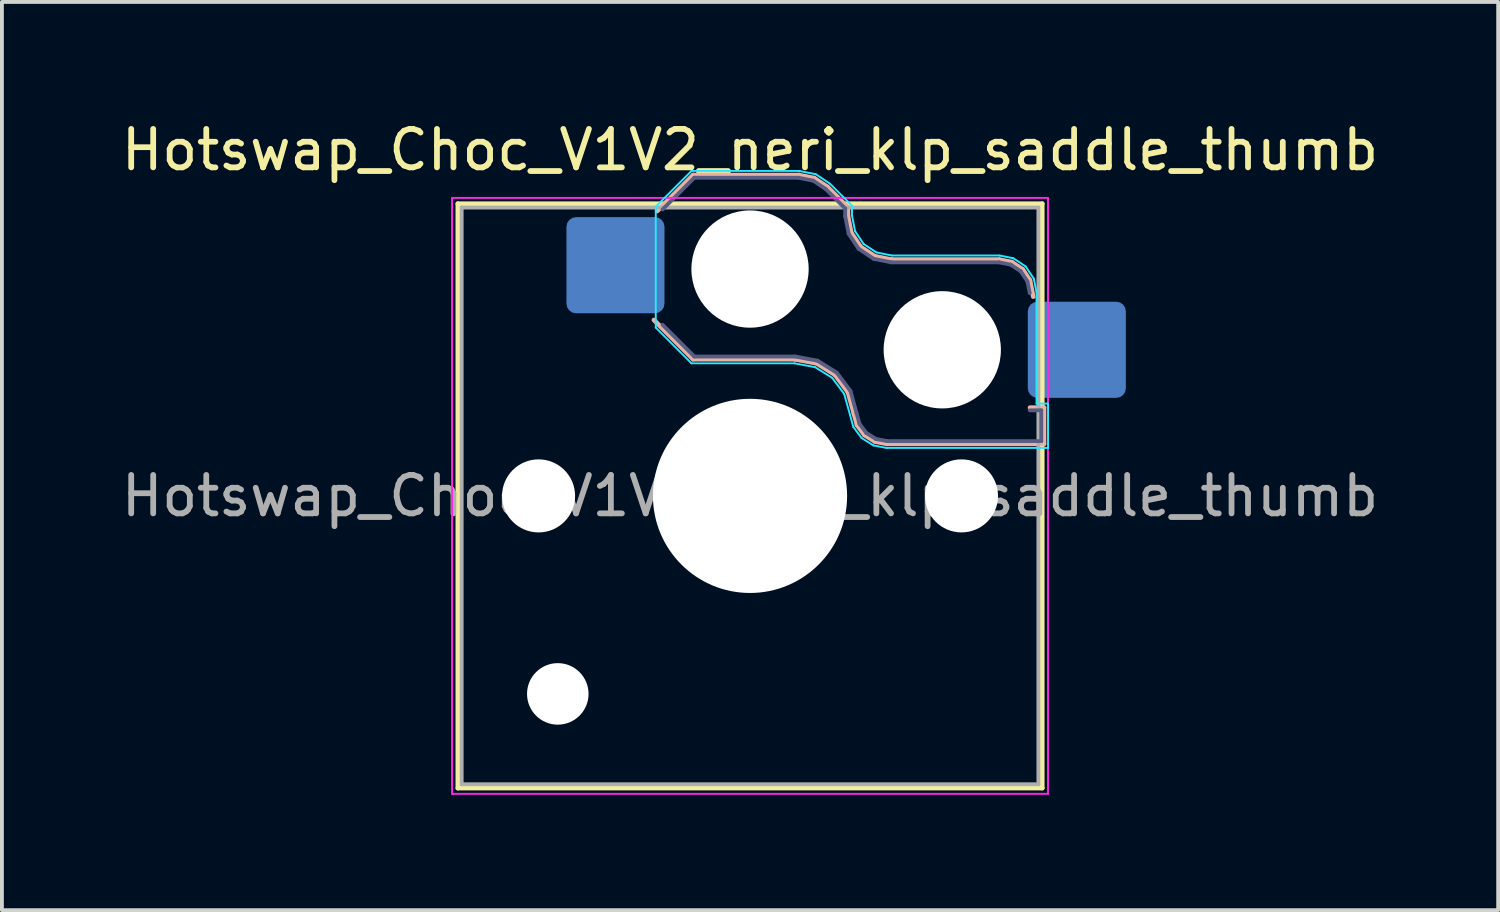
<source format=kicad_pcb>
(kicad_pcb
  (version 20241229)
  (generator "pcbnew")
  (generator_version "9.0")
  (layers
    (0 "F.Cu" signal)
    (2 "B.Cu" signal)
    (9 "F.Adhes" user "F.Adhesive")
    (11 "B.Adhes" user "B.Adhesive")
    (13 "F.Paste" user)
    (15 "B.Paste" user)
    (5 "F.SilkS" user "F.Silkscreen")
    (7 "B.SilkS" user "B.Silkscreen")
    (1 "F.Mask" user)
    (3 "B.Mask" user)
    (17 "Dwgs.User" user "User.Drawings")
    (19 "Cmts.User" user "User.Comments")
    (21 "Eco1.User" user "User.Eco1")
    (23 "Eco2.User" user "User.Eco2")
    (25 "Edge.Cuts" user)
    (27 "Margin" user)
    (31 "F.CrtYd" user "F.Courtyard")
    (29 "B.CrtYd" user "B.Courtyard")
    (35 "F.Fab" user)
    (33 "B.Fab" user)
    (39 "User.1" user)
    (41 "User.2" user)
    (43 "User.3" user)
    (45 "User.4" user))
  (footprint "Hotswap_Choc_V1V2_neri_klp_saddle_thumb"
    (layer "F.Cu")
    (at 16.458 9.848)
    (property "Reference" "Hotswap_Choc_V1V2_neri_klp_saddle_thumb" (at 0 -9 0) (layer "F.SilkS") (effects (font (size 1 1) (thickness 0.15))))
    (attr smd)
    (fp_line (start -7.6 -7.6) (end -7.6 7.6) (stroke (width 0.12) (type solid)) (layer "F.SilkS"))
    (fp_line (start -7.6 7.6) (end 7.6 7.6) (stroke (width 0.12) (type solid)) (layer "F.SilkS"))
    (fp_line (start 7.6 -7.6) (end -7.6 -7.6) (stroke (width 0.12) (type solid)) (layer "F.SilkS"))
    (fp_line (start 7.6 7.6) (end 7.6 -7.6) (stroke (width 0.12) (type solid)) (layer "F.SilkS"))
    (fp_line (start -2.416 -7.409) (end -1.479 -8.346) (stroke (width 0.12) (type solid)) (layer "B.SilkS"))
    (fp_line (start -1.479 -8.346) (end 1.268 -8.346) (stroke (width 0.12) (type solid)) (layer "B.SilkS"))
    (fp_line (start -1.479 -3.554) (end -2.5 -4.575) (stroke (width 0.12) (type solid)) (layer "B.SilkS"))
    (fp_line (start 1.168 -3.554) (end -1.479 -3.554) (stroke (width 0.12) (type solid)) (layer "B.SilkS"))
    (fp_line (start 1.268 -8.346) (end 1.671 -8.266) (stroke (width 0.12) (type solid)) (layer "B.SilkS"))
    (fp_line (start 1.671 -8.266) (end 2.013 -8.037) (stroke (width 0.12) (type solid)) (layer "B.SilkS"))
    (fp_line (start 1.73 -3.449) (end 1.168 -3.554) (stroke (width 0.12) (type solid)) (layer "B.SilkS"))
    (fp_line (start 2.013 -8.037) (end 2.546 -7.504) (stroke (width 0.12) (type solid)) (layer "B.SilkS"))
    (fp_line (start 2.209 -3.15) (end 1.73 -3.449) (stroke (width 0.12) (type solid)) (layer "B.SilkS"))
    (fp_line (start 2.546 -7.504) (end 2.546 -7.282) (stroke (width 0.12) (type solid)) (layer "B.SilkS"))
    (fp_line (start 2.546 -7.282) (end 2.633 -6.844) (stroke (width 0.12) (type solid)) (layer "B.SilkS"))
    (fp_line (start 2.547 -2.697) (end 2.209 -3.15) (stroke (width 0.12) (type solid)) (layer "B.SilkS"))
    (fp_line (start 2.633 -6.844) (end 2.877 -6.477) (stroke (width 0.12) (type solid)) (layer "B.SilkS"))
    (fp_line (start 2.701 -2.139) (end 2.547 -2.697) (stroke (width 0.12) (type solid)) (layer "B.SilkS"))
    (fp_line (start 2.783 -1.841) (end 2.701 -2.139) (stroke (width 0.12) (type solid)) (layer "B.SilkS"))
    (fp_line (start 2.877 -6.477) (end 3.244 -6.233) (stroke (width 0.12) (type solid)) (layer "B.SilkS"))
    (fp_line (start 2.976 -1.583) (end 2.783 -1.841) (stroke (width 0.12) (type solid)) (layer "B.SilkS"))
    (fp_line (start 3.244 -6.233) (end 3.682 -6.146) (stroke (width 0.12) (type solid)) (layer "B.SilkS"))
    (fp_line (start 3.25 -1.413) (end 2.976 -1.583) (stroke (width 0.12) (type solid)) (layer "B.SilkS"))
    (fp_line (start 3.56 -1.354) (end 3.25 -1.413) (stroke (width 0.12) (type solid)) (layer "B.SilkS"))
    (fp_line (start 3.682 -6.146) (end 6.482 -6.146) (stroke (width 0.12) (type solid)) (layer "B.SilkS"))
    (fp_line (start 6.482 -6.146) (end 6.809 -6.081) (stroke (width 0.12) (type solid)) (layer "B.SilkS"))
    (fp_line (start 6.809 -6.081) (end 7.092 -5.892) (stroke (width 0.12) (type solid)) (layer "B.SilkS"))
    (fp_line (start 7.092 -5.892) (end 7.281 -5.609) (stroke (width 0.12) (type solid)) (layer "B.SilkS"))
    (fp_line (start 7.281 -5.609) (end 7.366 -5.182) (stroke (width 0.12) (type solid)) (layer "B.SilkS"))
    (fp_line (start 7.283 -2.296) (end 7.646 -2.296) (stroke (width 0.12) (type solid)) (layer "B.SilkS"))
    (fp_line (start 7.646 -2.296) (end 7.646 -1.354) (stroke (width 0.12) (type solid)) (layer "B.SilkS"))
    (fp_line (start 7.646 -1.354) (end 3.56 -1.354) (stroke (width 0.12) (type solid)) (layer "B.SilkS"))
    (fp_line (start -7.25 -7.25) (end -7.25 7.25) (stroke (width 0.1) (type solid)) (layer "Eco1.User"))
    (fp_line (start -7.25 7.25) (end 7.25 7.25) (stroke (width 0.1) (type solid)) (layer "Eco1.User"))
    (fp_line (start 7.25 -7.25) (end -7.25 -7.25) (stroke (width 0.1) (type solid)) (layer "Eco1.User"))
    (fp_line (start 7.25 7.25) (end 7.25 -7.25) (stroke (width 0.1) (type solid)) (layer "Eco1.User"))
    (fp_line (start -2.452 -7.523) (end -1.523 -8.452) (stroke (width 0.05) (type solid)) (layer "B.CrtYd"))
    (fp_line (start -2.452 -4.377) (end -2.452 -7.523) (stroke (width 0.05) (type solid)) (layer "B.CrtYd"))
    (fp_line (start -1.523 -8.452) (end 1.278 -8.452) (stroke (width 0.05) (type solid)) (layer "B.CrtYd"))
    (fp_line (start -1.523 -3.448) (end -2.452 -4.377) (stroke (width 0.05) (type solid)) (layer "B.CrtYd"))
    (fp_line (start 1.159 -3.448) (end -1.523 -3.448) (stroke (width 0.05) (type solid)) (layer "B.CrtYd"))
    (fp_line (start 1.278 -8.452) (end 1.712 -8.366) (stroke (width 0.05) (type solid)) (layer "B.CrtYd"))
    (fp_line (start 1.691 -3.348) (end 1.159 -3.448) (stroke (width 0.05) (type solid)) (layer "B.CrtYd"))
    (fp_line (start 1.712 -8.366) (end 2.081 -8.119) (stroke (width 0.05) (type solid)) (layer "B.CrtYd"))
    (fp_line (start 2.081 -8.119) (end 2.652 -7.548) (stroke (width 0.05) (type solid)) (layer "B.CrtYd"))
    (fp_line (start 2.136 -3.071) (end 1.691 -3.348) (stroke (width 0.05) (type solid)) (layer "B.CrtYd"))
    (fp_line (start 2.45 -2.65) (end 2.136 -3.071) (stroke (width 0.05) (type solid)) (layer "B.CrtYd"))
    (fp_line (start 2.599 -2.111) (end 2.45 -2.65) (stroke (width 0.05) (type solid)) (layer "B.CrtYd"))
    (fp_line (start 2.652 -7.548) (end 2.652 -7.292) (stroke (width 0.05) (type solid)) (layer "B.CrtYd"))
    (fp_line (start 2.652 -7.292) (end 2.733 -6.885) (stroke (width 0.05) (type solid)) (layer "B.CrtYd"))
    (fp_line (start 2.687 -1.794) (end 2.599 -2.111) (stroke (width 0.05) (type solid)) (layer "B.CrtYd"))
    (fp_line (start 2.733 -6.885) (end 2.953 -6.553) (stroke (width 0.05) (type solid)) (layer "B.CrtYd"))
    (fp_line (start 2.903 -1.503) (end 2.687 -1.794) (stroke (width 0.05) (type solid)) (layer "B.CrtYd"))
    (fp_line (start 2.953 -6.553) (end 3.285 -6.333) (stroke (width 0.05) (type solid)) (layer "B.CrtYd"))
    (fp_line (start 3.211 -1.312) (end 2.903 -1.503) (stroke (width 0.05) (type solid)) (layer "B.CrtYd"))
    (fp_line (start 3.285 -6.333) (end 3.692 -6.252) (stroke (width 0.05) (type solid)) (layer "B.CrtYd"))
    (fp_line (start 3.55 -1.248) (end 3.211 -1.312) (stroke (width 0.05) (type solid)) (layer "B.CrtYd"))
    (fp_line (start 3.692 -6.252) (end 6.492 -6.252) (stroke (width 0.05) (type solid)) (layer "B.CrtYd"))
    (fp_line (start 6.492 -6.252) (end 6.85 -6.181) (stroke (width 0.05) (type solid)) (layer "B.CrtYd"))
    (fp_line (start 6.85 -6.181) (end 7.168 -5.968) (stroke (width 0.05) (type solid)) (layer "B.CrtYd"))
    (fp_line (start 7.168 -5.968) (end 7.381 -5.65) (stroke (width 0.05) (type solid)) (layer "B.CrtYd"))
    (fp_line (start 7.381 -5.65) (end 7.452 -5.292) (stroke (width 0.05) (type solid)) (layer "B.CrtYd"))
    (fp_line (start 7.452 -5.292) (end 7.452 -2.402) (stroke (width 0.05) (type solid)) (layer "B.CrtYd"))
    (fp_line (start 7.452 -2.402) (end 7.752 -2.402) (stroke (width 0.05) (type solid)) (layer "B.CrtYd"))
    (fp_line (start 7.752 -2.402) (end 7.752 -1.248) (stroke (width 0.05) (type solid)) (layer "B.CrtYd"))
    (fp_line (start 7.752 -1.248) (end 3.55 -1.248) (stroke (width 0.05) (type solid)) (layer "B.CrtYd"))
    (fp_line (start -7.75 -7.75) (end -7.75 7.75) (stroke (width 0.05) (type solid)) (layer "F.CrtYd"))
    (fp_line (start -7.75 7.75) (end 7.75 7.75) (stroke (width 0.05) (type solid)) (layer "F.CrtYd"))
    (fp_line (start 7.75 -7.75) (end -7.75 -7.75) (stroke (width 0.05) (type solid)) (layer "F.CrtYd"))
    (fp_line (start 7.75 7.75) (end 7.75 -7.75) (stroke (width 0.05) (type solid)) (layer "F.CrtYd"))
    (fp_line (start -2.275 -7.45) (end -1.45 -8.275) (stroke (width 0.1) (type solid)) (layer "B.Fab"))
    (fp_line (start -1.45 -8.275) (end 1.261 -8.275) (stroke (width 0.1) (type solid)) (layer "B.Fab"))
    (fp_line (start -1.45 -3.625) (end -2.275 -4.45) (stroke (width 0.1) (type solid)) (layer "B.Fab"))
    (fp_line (start 1.175 -3.625) (end -1.45 -3.625) (stroke (width 0.1) (type solid)) (layer "B.Fab"))
    (fp_line (start 1.261 -8.275) (end 1.643 -8.199) (stroke (width 0.1) (type solid)) (layer "B.Fab"))
    (fp_line (start 1.643 -8.199) (end 1.968 -7.982) (stroke (width 0.1) (type solid)) (layer "B.Fab"))
    (fp_line (start 1.756 -3.516) (end 1.175 -3.625) (stroke (width 0.1) (type solid)) (layer "B.Fab"))
    (fp_line (start 1.968 -7.982) (end 2.475 -7.475) (stroke (width 0.1) (type solid)) (layer "B.Fab"))
    (fp_line (start 2.258 -3.203) (end 1.756 -3.516) (stroke (width 0.1) (type solid)) (layer "B.Fab"))
    (fp_line (start 2.475 -7.475) (end 2.475 -7.275) (stroke (width 0.1) (type solid)) (layer "B.Fab"))
    (fp_line (start 2.475 -7.275) (end 2.566 -6.816) (stroke (width 0.1) (type solid)) (layer "B.Fab"))
    (fp_line (start 2.566 -6.816) (end 2.826 -6.426) (stroke (width 0.1) (type solid)) (layer "B.Fab"))
    (fp_line (start 2.612 -2.729) (end 2.258 -3.203) (stroke (width 0.1) (type solid)) (layer "B.Fab"))
    (fp_line (start 2.769 -2.158) (end 2.612 -2.729) (stroke (width 0.1) (type solid)) (layer "B.Fab"))
    (fp_line (start 2.826 -6.426) (end 3.216 -6.166) (stroke (width 0.1) (type solid)) (layer "B.Fab"))
    (fp_line (start 2.848 -1.873) (end 2.769 -2.158) (stroke (width 0.1) (type solid)) (layer "B.Fab"))
    (fp_line (start 3.025 -1.636) (end 2.848 -1.873) (stroke (width 0.1) (type solid)) (layer "B.Fab"))
    (fp_line (start 3.216 -6.166) (end 3.675 -6.075) (stroke (width 0.1) (type solid)) (layer "B.Fab"))
    (fp_line (start 3.276 -1.48) (end 3.025 -1.636) (stroke (width 0.1) (type solid)) (layer "B.Fab"))
    (fp_line (start 3.567 -1.425) (end 3.276 -1.48) (stroke (width 0.1) (type solid)) (layer "B.Fab"))
    (fp_line (start 3.675 -6.075) (end 6.475 -6.075) (stroke (width 0.1) (type solid)) (layer "B.Fab"))
    (fp_line (start 6.475 -6.075) (end 6.781 -6.014) (stroke (width 0.1) (type solid)) (layer "B.Fab"))
    (fp_line (start 6.781 -6.014) (end 7.041 -5.841) (stroke (width 0.1) (type solid)) (layer "B.Fab"))
    (fp_line (start 7.041 -5.841) (end 7.214 -5.581) (stroke (width 0.1) (type solid)) (layer "B.Fab"))
    (fp_line (start 7.214 -5.581) (end 7.275 -5.275) (stroke (width 0.1) (type solid)) (layer "B.Fab"))
    (fp_line (start 7.275 -2.225) (end 7.575 -2.225) (stroke (width 0.1) (type solid)) (layer "B.Fab"))
    (fp_line (start 7.575 -2.225) (end 7.575 -1.425) (stroke (width 0.1) (type solid)) (layer "B.Fab"))
    (fp_line (start 7.575 -1.425) (end 3.567 -1.425) (stroke (width 0.1) (type solid)) (layer "B.Fab"))
    (fp_line (start -7.5 -7.5) (end -7.5 7.5) (stroke (width 0.1) (type solid)) (layer "F.Fab"))
    (fp_line (start -7.5 7.5) (end 7.5 7.5) (stroke (width 0.1) (type solid)) (layer "F.Fab"))
    (fp_line (start 7.5 -7.5) (end -7.5 -7.5) (stroke (width 0.1) (type solid)) (layer "F.Fab"))
    (fp_line (start 7.5 7.5) (end 7.5 -7.5) (stroke (width 0.1) (type solid)) (layer "F.Fab"))
    (fp_text user "${REFERENCE}" (at 0 0 0) (layer "F.Fab") (effects (font (size 1 1) (thickness 0.15))))
    (pad "" np_thru_hole circle (at -5.5 0) (size 1.9 1.9) (drill 1.9) (layers "*.Cu" "*.Mask"))
    (pad "" np_thru_hole circle (at -5 5.15) (size 1.6 1.6) (drill 1.6) (layers "*.Cu" "*.Mask"))
    (pad "" np_thru_hole circle (at 0 -5.9) (size 3.05 3.05) (drill 3.05) (layers "*.Cu" "*.Mask"))
    (pad "" np_thru_hole circle (at 0 0) (size 5.05 5.05) (drill 5.05) (layers "*.Cu" "*.Mask"))
    (pad "" np_thru_hole circle (at 5 -3.8) (size 3.05 3.05) (drill 3.05) (layers "*.Cu" "*.Mask"))
    (pad "" np_thru_hole circle (at 5.5 0) (size 1.9 1.9) (drill 1.9) (layers "*.Cu" "*.Mask"))
    (pad "1" smd roundrect (at -3.5 -6) (size 2.55 2.5) (layers "B.Cu" "B.Mask" "B.Paste") (roundrect_rratio 0.1))
    (pad "2" smd roundrect (at 8.5 -3.8) (size 2.55 2.5) (layers "B.Cu" "B.Mask" "B.Paste") (roundrect_rratio 0.1)))
  (gr_rect
    (start -3 -3)
    (end 35.917 20.623)
    (stroke (width 0.1) (type default))
    (fill no)
    (layer "Edge.Cuts")))
</source>
